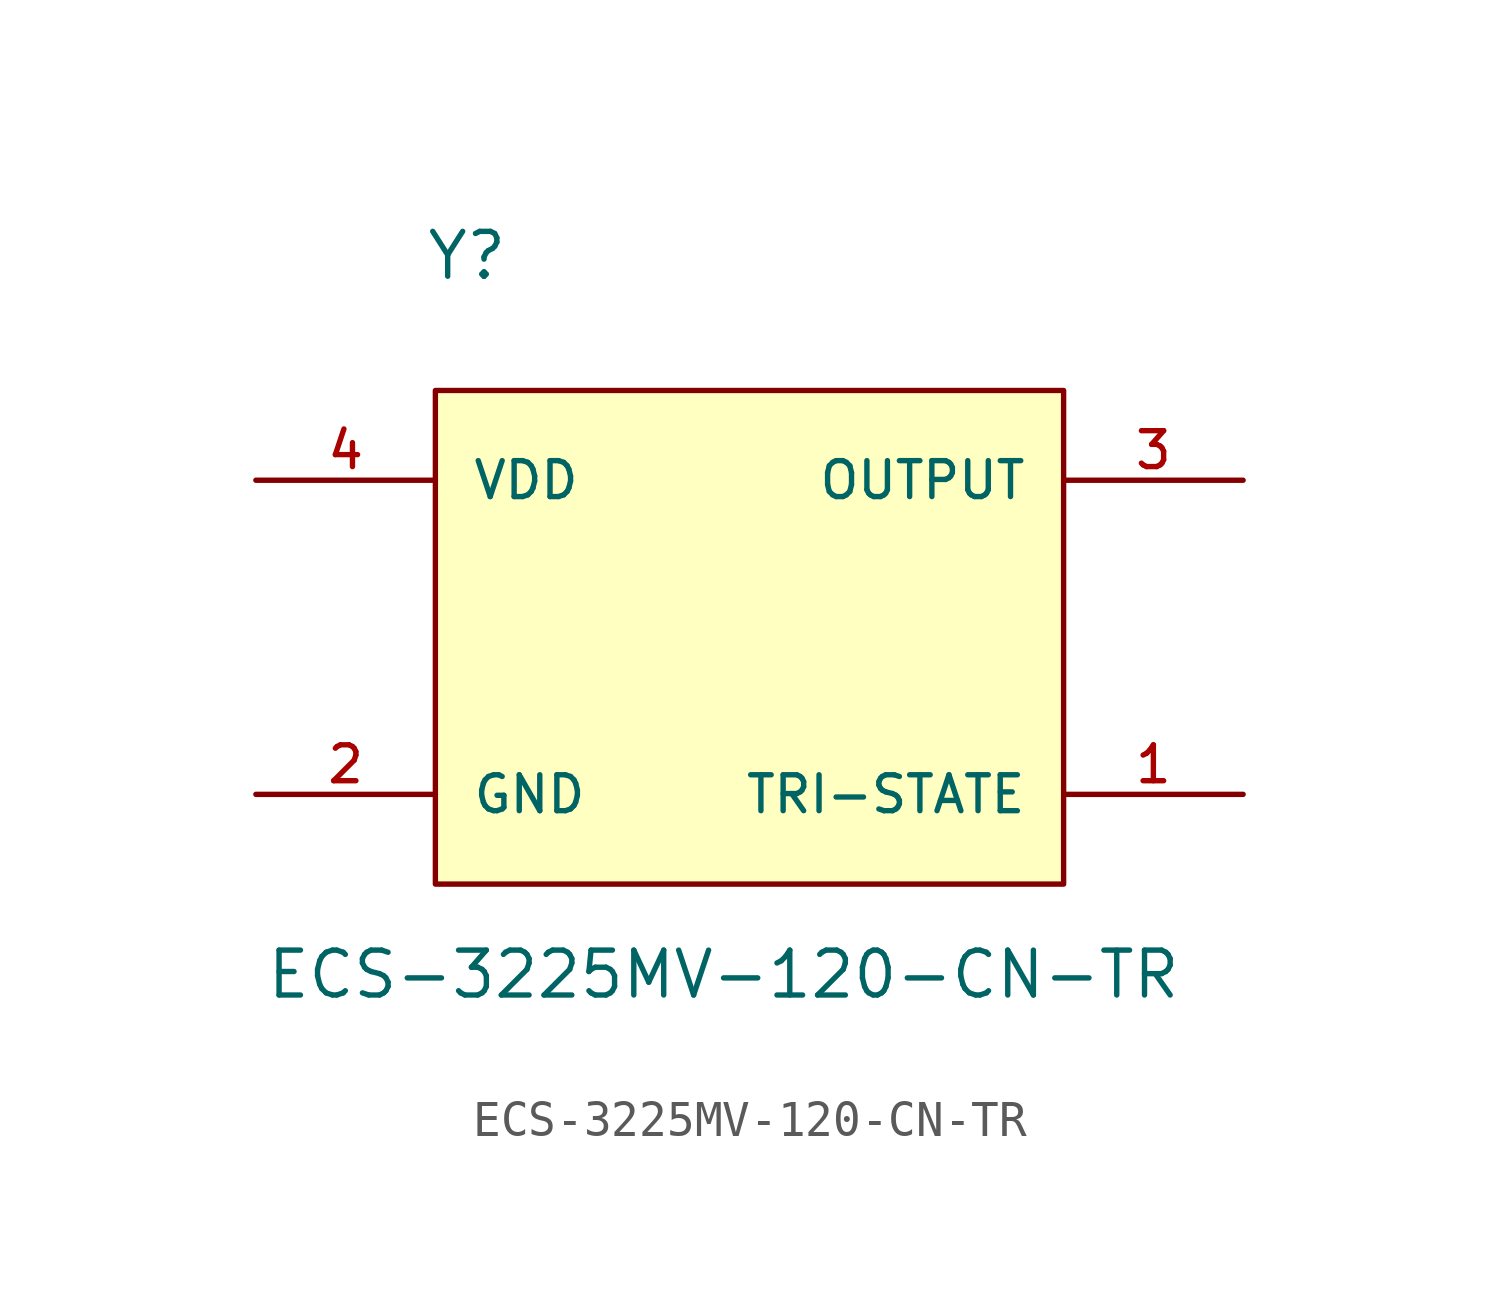
<source format=kicad_sym>
(kicad_symbol_lib
  (version 20231120)
  (generator "kicad_symbol_editor")
  (generator_version "8.0")
  (symbol "ECS-3225MV-120-CN-TR"
    (pin_names
      (offset 1.016))
    (property "Reference" "Y"
      (at -2.836 9.42 0)
      (effects (font (size 1.27 1.27)) (justify left bottom)))
    (property "Value" "ECS-3225MV-120-CN-TR"
      (at -7.366 -10.922 0)
      (effects (font (size 1.27 1.27)) (justify left bottom)))
    (symbol "ECS-3225MV-120-CN-TR_0_0"
      (rectangle (start -2.54 6.35) (end 15.24 -7.62) (stroke (width 0.152) (type default)) (fill (type background)))
      (pin input line (at 20.32 -5.08 180) (length 5.08) (name "TRI-STATE" (effects (font (size 1.016 1.016)))) (number "1" (effects (font (size 1.016 1.016)))))
      (pin power_in line (at -7.62 -5.08 0) (length 5.08) (name "GND" (effects (font (size 1.016 1.016)))) (number "2" (effects (font (size 1.016 1.016)))))
      (pin output line (at 20.32 3.81 180) (length 5.08) (name "OUTPUT" (effects (font (size 1.016 1.016)))) (number "3" (effects (font (size 1.016 1.016)))))
      (pin input line (at -7.62 3.81 0) (length 5.08) (name "VDD" (effects (font (size 1.016 1.016)))) (number "4" (effects (font (size 1.016 1.016))))))))
</source>
